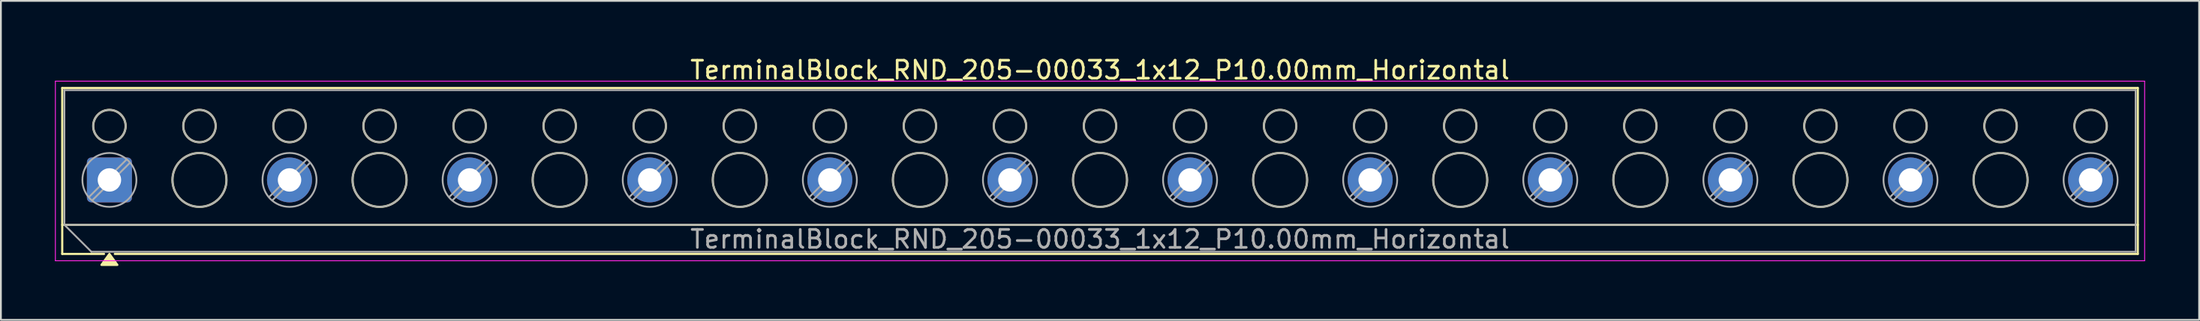
<source format=kicad_pcb>
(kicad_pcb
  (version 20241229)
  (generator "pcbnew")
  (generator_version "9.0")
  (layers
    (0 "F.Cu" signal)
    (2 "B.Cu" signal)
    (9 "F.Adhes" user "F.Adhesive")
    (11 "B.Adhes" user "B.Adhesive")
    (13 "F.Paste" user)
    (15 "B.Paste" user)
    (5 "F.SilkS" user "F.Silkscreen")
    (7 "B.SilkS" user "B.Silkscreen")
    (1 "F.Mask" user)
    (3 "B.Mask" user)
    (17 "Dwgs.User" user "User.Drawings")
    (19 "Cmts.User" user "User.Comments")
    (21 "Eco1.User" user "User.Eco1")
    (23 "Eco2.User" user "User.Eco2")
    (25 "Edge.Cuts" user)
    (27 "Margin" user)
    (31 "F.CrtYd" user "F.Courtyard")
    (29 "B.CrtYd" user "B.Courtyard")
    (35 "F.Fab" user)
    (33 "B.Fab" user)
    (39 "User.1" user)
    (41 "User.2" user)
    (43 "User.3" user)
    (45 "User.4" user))
  (footprint "TerminalBlock_RND_205-00033_1x12_P10.00mm_Horizontal"
    (layer "F.Cu")
    (at 3.025 6.968)
    (property "Reference" "TerminalBlock_RND_205-00033_1x12_P10.00mm_Horizontal" (at 55 -6.12 0) (layer "F.SilkS") (effects (font (size 1 1) (thickness 0.15))))
    (attr through_hole)
    (fp_line (start -2.62 -5.12) (end -2.62 4.12) (stroke (width 0.12) (type solid)) (layer "F.SilkS"))
    (fp_line (start -2.62 -5.12) (end 112.62 -5.12) (stroke (width 0.12) (type solid)) (layer "F.SilkS"))
    (fp_line (start -2.62 2.5) (end 112.62 2.5) (stroke (width 0.12) (type solid)) (layer "F.SilkS"))
    (fp_line (start -2.62 4.12) (end -0.3 4.12) (stroke (width 0.12) (type solid)) (layer "F.SilkS"))
    (fp_line (start 0.3 4.12) (end 112.62 4.12) (stroke (width 0.12) (type solid)) (layer "F.SilkS"))
    (fp_line (start 112.62 -5.12) (end 112.62 4.12) (stroke (width 0.12) (type solid)) (layer "F.SilkS"))
    (fp_circle (center 0 -3) (end 0.9 -3) (stroke (width 0.12) (type solid)) (fill no) (layer "F.SilkS"))
    (fp_circle (center 5 -3) (end 5.9 -3) (stroke (width 0.12) (type solid)) (fill no) (layer "F.SilkS"))
    (fp_circle (center 5 0) (end 6.5 0) (stroke (width 0.12) (type solid)) (fill no) (layer "F.SilkS"))
    (fp_circle (center 10 -3) (end 10.9 -3) (stroke (width 0.12) (type solid)) (fill no) (layer "F.SilkS"))
    (fp_circle (center 15 -3) (end 15.9 -3) (stroke (width 0.12) (type solid)) (fill no) (layer "F.SilkS"))
    (fp_circle (center 15 0) (end 16.5 0) (stroke (width 0.12) (type solid)) (fill no) (layer "F.SilkS"))
    (fp_circle (center 20 -3) (end 20.9 -3) (stroke (width 0.12) (type solid)) (fill no) (layer "F.SilkS"))
    (fp_circle (center 25 -3) (end 25.9 -3) (stroke (width 0.12) (type solid)) (fill no) (layer "F.SilkS"))
    (fp_circle (center 25 0) (end 26.5 0) (stroke (width 0.12) (type solid)) (fill no) (layer "F.SilkS"))
    (fp_circle (center 30 -3) (end 30.9 -3) (stroke (width 0.12) (type solid)) (fill no) (layer "F.SilkS"))
    (fp_circle (center 35 -3) (end 35.9 -3) (stroke (width 0.12) (type solid)) (fill no) (layer "F.SilkS"))
    (fp_circle (center 35 0) (end 36.5 0) (stroke (width 0.12) (type solid)) (fill no) (layer "F.SilkS"))
    (fp_circle (center 40 -3) (end 40.9 -3) (stroke (width 0.12) (type solid)) (fill no) (layer "F.SilkS"))
    (fp_circle (center 45 -3) (end 45.9 -3) (stroke (width 0.12) (type solid)) (fill no) (layer "F.SilkS"))
    (fp_circle (center 45 0) (end 46.5 0) (stroke (width 0.12) (type solid)) (fill no) (layer "F.SilkS"))
    (fp_circle (center 50 -3) (end 50.9 -3) (stroke (width 0.12) (type solid)) (fill no) (layer "F.SilkS"))
    (fp_circle (center 55 -3) (end 55.9 -3) (stroke (width 0.12) (type solid)) (fill no) (layer "F.SilkS"))
    (fp_circle (center 55 0) (end 56.5 0) (stroke (width 0.12) (type solid)) (fill no) (layer "F.SilkS"))
    (fp_circle (center 60 -3) (end 60.9 -3) (stroke (width 0.12) (type solid)) (fill no) (layer "F.SilkS"))
    (fp_circle (center 65 -3) (end 65.9 -3) (stroke (width 0.12) (type solid)) (fill no) (layer "F.SilkS"))
    (fp_circle (center 65 0) (end 66.5 0) (stroke (width 0.12) (type solid)) (fill no) (layer "F.SilkS"))
    (fp_circle (center 70 -3) (end 70.9 -3) (stroke (width 0.12) (type solid)) (fill no) (layer "F.SilkS"))
    (fp_circle (center 75 -3) (end 75.9 -3) (stroke (width 0.12) (type solid)) (fill no) (layer "F.SilkS"))
    (fp_circle (center 75 0) (end 76.5 0) (stroke (width 0.12) (type solid)) (fill no) (layer "F.SilkS"))
    (fp_circle (center 80 -3) (end 80.9 -3) (stroke (width 0.12) (type solid)) (fill no) (layer "F.SilkS"))
    (fp_circle (center 85 -3) (end 85.9 -3) (stroke (width 0.12) (type solid)) (fill no) (layer "F.SilkS"))
    (fp_circle (center 85 0) (end 86.5 0) (stroke (width 0.12) (type solid)) (fill no) (layer "F.SilkS"))
    (fp_circle (center 90 -3) (end 90.9 -3) (stroke (width 0.12) (type solid)) (fill no) (layer "F.SilkS"))
    (fp_circle (center 95 -3) (end 95.9 -3) (stroke (width 0.12) (type solid)) (fill no) (layer "F.SilkS"))
    (fp_circle (center 95 0) (end 96.5 0) (stroke (width 0.12) (type solid)) (fill no) (layer "F.SilkS"))
    (fp_circle (center 100 -3) (end 100.9 -3) (stroke (width 0.12) (type solid)) (fill no) (layer "F.SilkS"))
    (fp_circle (center 105 -3) (end 105.9 -3) (stroke (width 0.12) (type solid)) (fill no) (layer "F.SilkS"))
    (fp_circle (center 105 0) (end 106.5 0) (stroke (width 0.12) (type solid)) (fill no) (layer "F.SilkS"))
    (fp_circle (center 110 -3) (end 110.9 -3) (stroke (width 0.12) (type solid)) (fill no) (layer "F.SilkS"))
    (fp_poly (pts (xy 0 4.12) (xy 0.44 4.73) (xy -0.44 4.73)) (stroke (width 0.12) (type solid)) (fill yes) (layer "F.SilkS"))
    (fp_line (start -3 -5.5) (end -3 4.5) (stroke (width 0.05) (type solid)) (layer "F.CrtYd"))
    (fp_line (start -3 4.5) (end 113 4.5) (stroke (width 0.05) (type solid)) (layer "F.CrtYd"))
    (fp_line (start 113 -5.5) (end -3 -5.5) (stroke (width 0.05) (type solid)) (layer "F.CrtYd"))
    (fp_line (start 113 4.5) (end 113 -5.5) (stroke (width 0.05) (type solid)) (layer "F.CrtYd"))
    (fp_line (start -2.5 -5) (end 112.5 -5) (stroke (width 0.1) (type solid)) (layer "F.Fab"))
    (fp_line (start -2.5 2.5) (end -2.5 -5) (stroke (width 0.1) (type solid)) (layer "F.Fab"))
    (fp_line (start -2.5 2.5) (end 112.5 2.5) (stroke (width 0.1) (type solid)) (layer "F.Fab"))
    (fp_line (start -1 4) (end -2.5 2.5) (stroke (width 0.1) (type solid)) (layer "F.Fab"))
    (fp_line (start 0.955 -1.138) (end -1.138 0.954) (stroke (width 0.1) (type solid)) (layer "F.Fab"))
    (fp_line (start 1.138 -0.954) (end -0.955 1.137) (stroke (width 0.1) (type solid)) (layer "F.Fab"))
    (fp_line (start 10.955 -1.138) (end 8.862 0.954) (stroke (width 0.1) (type solid)) (layer "F.Fab"))
    (fp_line (start 11.138 -0.954) (end 9.045 1.137) (stroke (width 0.1) (type solid)) (layer "F.Fab"))
    (fp_line (start 20.955 -1.138) (end 18.862 0.954) (stroke (width 0.1) (type solid)) (layer "F.Fab"))
    (fp_line (start 21.138 -0.954) (end 19.045 1.137) (stroke (width 0.1) (type solid)) (layer "F.Fab"))
    (fp_line (start 30.955 -1.138) (end 28.862 0.954) (stroke (width 0.1) (type solid)) (layer "F.Fab"))
    (fp_line (start 31.138 -0.954) (end 29.045 1.137) (stroke (width 0.1) (type solid)) (layer "F.Fab"))
    (fp_line (start 40.955 -1.138) (end 38.862 0.954) (stroke (width 0.1) (type solid)) (layer "F.Fab"))
    (fp_line (start 41.138 -0.954) (end 39.045 1.137) (stroke (width 0.1) (type solid)) (layer "F.Fab"))
    (fp_line (start 50.955 -1.138) (end 48.862 0.954) (stroke (width 0.1) (type solid)) (layer "F.Fab"))
    (fp_line (start 51.138 -0.954) (end 49.045 1.137) (stroke (width 0.1) (type solid)) (layer "F.Fab"))
    (fp_line (start 60.955 -1.138) (end 58.862 0.954) (stroke (width 0.1) (type solid)) (layer "F.Fab"))
    (fp_line (start 61.138 -0.954) (end 59.045 1.137) (stroke (width 0.1) (type solid)) (layer "F.Fab"))
    (fp_line (start 70.955 -1.138) (end 68.862 0.954) (stroke (width 0.1) (type solid)) (layer "F.Fab"))
    (fp_line (start 71.138 -0.954) (end 69.045 1.137) (stroke (width 0.1) (type solid)) (layer "F.Fab"))
    (fp_line (start 80.955 -1.138) (end 78.862 0.954) (stroke (width 0.1) (type solid)) (layer "F.Fab"))
    (fp_line (start 81.138 -0.954) (end 79.045 1.137) (stroke (width 0.1) (type solid)) (layer "F.Fab"))
    (fp_line (start 90.955 -1.138) (end 88.862 0.954) (stroke (width 0.1) (type solid)) (layer "F.Fab"))
    (fp_line (start 91.138 -0.954) (end 89.045 1.137) (stroke (width 0.1) (type solid)) (layer "F.Fab"))
    (fp_line (start 100.955 -1.138) (end 98.862 0.954) (stroke (width 0.1) (type solid)) (layer "F.Fab"))
    (fp_line (start 101.138 -0.954) (end 99.045 1.137) (stroke (width 0.1) (type solid)) (layer "F.Fab"))
    (fp_line (start 110.955 -1.138) (end 108.862 0.954) (stroke (width 0.1) (type solid)) (layer "F.Fab"))
    (fp_line (start 111.138 -0.954) (end 109.045 1.137) (stroke (width 0.1) (type solid)) (layer "F.Fab"))
    (fp_line (start 112.5 -5) (end 112.5 4) (stroke (width 0.1) (type solid)) (layer "F.Fab"))
    (fp_line (start 112.5 4) (end -1 4) (stroke (width 0.1) (type solid)) (layer "F.Fab"))
    (fp_circle (center 0 -3) (end 0.9 -3) (stroke (width 0.1) (type solid)) (fill no) (layer "F.Fab"))
    (fp_circle (center 0 0) (end 1.5 0) (stroke (width 0.1) (type solid)) (fill no) (layer "F.Fab"))
    (fp_circle (center 5 -3) (end 5.9 -3) (stroke (width 0.1) (type solid)) (fill no) (layer "F.Fab"))
    (fp_circle (center 5 0) (end 6.5 0) (stroke (width 0.1) (type solid)) (fill no) (layer "F.Fab"))
    (fp_circle (center 10 -3) (end 10.9 -3) (stroke (width 0.1) (type solid)) (fill no) (layer "F.Fab"))
    (fp_circle (center 10 0) (end 11.5 0) (stroke (width 0.1) (type solid)) (fill no) (layer "F.Fab"))
    (fp_circle (center 15 -3) (end 15.9 -3) (stroke (width 0.1) (type solid)) (fill no) (layer "F.Fab"))
    (fp_circle (center 15 0) (end 16.5 0) (stroke (width 0.1) (type solid)) (fill no) (layer "F.Fab"))
    (fp_circle (center 20 -3) (end 20.9 -3) (stroke (width 0.1) (type solid)) (fill no) (layer "F.Fab"))
    (fp_circle (center 20 0) (end 21.5 0) (stroke (width 0.1) (type solid)) (fill no) (layer "F.Fab"))
    (fp_circle (center 25 -3) (end 25.9 -3) (stroke (width 0.1) (type solid)) (fill no) (layer "F.Fab"))
    (fp_circle (center 25 0) (end 26.5 0) (stroke (width 0.1) (type solid)) (fill no) (layer "F.Fab"))
    (fp_circle (center 30 -3) (end 30.9 -3) (stroke (width 0.1) (type solid)) (fill no) (layer "F.Fab"))
    (fp_circle (center 30 0) (end 31.5 0) (stroke (width 0.1) (type solid)) (fill no) (layer "F.Fab"))
    (fp_circle (center 35 -3) (end 35.9 -3) (stroke (width 0.1) (type solid)) (fill no) (layer "F.Fab"))
    (fp_circle (center 35 0) (end 36.5 0) (stroke (width 0.1) (type solid)) (fill no) (layer "F.Fab"))
    (fp_circle (center 40 -3) (end 40.9 -3) (stroke (width 0.1) (type solid)) (fill no) (layer "F.Fab"))
    (fp_circle (center 40 0) (end 41.5 0) (stroke (width 0.1) (type solid)) (fill no) (layer "F.Fab"))
    (fp_circle (center 45 -3) (end 45.9 -3) (stroke (width 0.1) (type solid)) (fill no) (layer "F.Fab"))
    (fp_circle (center 45 0) (end 46.5 0) (stroke (width 0.1) (type solid)) (fill no) (layer "F.Fab"))
    (fp_circle (center 50 -3) (end 50.9 -3) (stroke (width 0.1) (type solid)) (fill no) (layer "F.Fab"))
    (fp_circle (center 50 0) (end 51.5 0) (stroke (width 0.1) (type solid)) (fill no) (layer "F.Fab"))
    (fp_circle (center 55 -3) (end 55.9 -3) (stroke (width 0.1) (type solid)) (fill no) (layer "F.Fab"))
    (fp_circle (center 55 0) (end 56.5 0) (stroke (width 0.1) (type solid)) (fill no) (layer "F.Fab"))
    (fp_circle (center 60 -3) (end 60.9 -3) (stroke (width 0.1) (type solid)) (fill no) (layer "F.Fab"))
    (fp_circle (center 60 0) (end 61.5 0) (stroke (width 0.1) (type solid)) (fill no) (layer "F.Fab"))
    (fp_circle (center 65 -3) (end 65.9 -3) (stroke (width 0.1) (type solid)) (fill no) (layer "F.Fab"))
    (fp_circle (center 65 0) (end 66.5 0) (stroke (width 0.1) (type solid)) (fill no) (layer "F.Fab"))
    (fp_circle (center 70 -3) (end 70.9 -3) (stroke (width 0.1) (type solid)) (fill no) (layer "F.Fab"))
    (fp_circle (center 70 0) (end 71.5 0) (stroke (width 0.1) (type solid)) (fill no) (layer "F.Fab"))
    (fp_circle (center 75 -3) (end 75.9 -3) (stroke (width 0.1) (type solid)) (fill no) (layer "F.Fab"))
    (fp_circle (center 75 0) (end 76.5 0) (stroke (width 0.1) (type solid)) (fill no) (layer "F.Fab"))
    (fp_circle (center 80 -3) (end 80.9 -3) (stroke (width 0.1) (type solid)) (fill no) (layer "F.Fab"))
    (fp_circle (center 80 0) (end 81.5 0) (stroke (width 0.1) (type solid)) (fill no) (layer "F.Fab"))
    (fp_circle (center 85 -3) (end 85.9 -3) (stroke (width 0.1) (type solid)) (fill no) (layer "F.Fab"))
    (fp_circle (center 85 0) (end 86.5 0) (stroke (width 0.1) (type solid)) (fill no) (layer "F.Fab"))
    (fp_circle (center 90 -3) (end 90.9 -3) (stroke (width 0.1) (type solid)) (fill no) (layer "F.Fab"))
    (fp_circle (center 90 0) (end 91.5 0) (stroke (width 0.1) (type solid)) (fill no) (layer "F.Fab"))
    (fp_circle (center 95 -3) (end 95.9 -3) (stroke (width 0.1) (type solid)) (fill no) (layer "F.Fab"))
    (fp_circle (center 95 0) (end 96.5 0) (stroke (width 0.1) (type solid)) (fill no) (layer "F.Fab"))
    (fp_circle (center 100 -3) (end 100.9 -3) (stroke (width 0.1) (type solid)) (fill no) (layer "F.Fab"))
    (fp_circle (center 100 0) (end 101.5 0) (stroke (width 0.1) (type solid)) (fill no) (layer "F.Fab"))
    (fp_circle (center 105 -3) (end 105.9 -3) (stroke (width 0.1) (type solid)) (fill no) (layer "F.Fab"))
    (fp_circle (center 105 0) (end 106.5 0) (stroke (width 0.1) (type solid)) (fill no) (layer "F.Fab"))
    (fp_circle (center 110 -3) (end 110.9 -3) (stroke (width 0.1) (type solid)) (fill no) (layer "F.Fab"))
    (fp_circle (center 110 0) (end 111.5 0) (stroke (width 0.1) (type solid)) (fill no) (layer "F.Fab"))
    (fp_text user "${REFERENCE}" (at 55 3.3 0) (layer "F.Fab") (effects (font (size 1 1) (thickness 0.15))))
    (pad "1" thru_hole roundrect (at 0 0) (size 2.5 2.5) (drill 1.3) (layers "*.Cu" "*.Mask") (roundrect_rratio 0.1))
    (pad "2" thru_hole circle (at 10 0) (size 2.5 2.5) (drill 1.3) (layers "*.Cu" "*.Mask"))
    (pad "3" thru_hole circle (at 20 0) (size 2.5 2.5) (drill 1.3) (layers "*.Cu" "*.Mask"))
    (pad "4" thru_hole circle (at 30 0) (size 2.5 2.5) (drill 1.3) (layers "*.Cu" "*.Mask"))
    (pad "5" thru_hole circle (at 40 0) (size 2.5 2.5) (drill 1.3) (layers "*.Cu" "*.Mask"))
    (pad "6" thru_hole circle (at 50 0) (size 2.5 2.5) (drill 1.3) (layers "*.Cu" "*.Mask"))
    (pad "7" thru_hole circle (at 60 0) (size 2.5 2.5) (drill 1.3) (layers "*.Cu" "*.Mask"))
    (pad "8" thru_hole circle (at 70 0) (size 2.5 2.5) (drill 1.3) (layers "*.Cu" "*.Mask"))
    (pad "9" thru_hole circle (at 80 0) (size 2.5 2.5) (drill 1.3) (layers "*.Cu" "*.Mask"))
    (pad "10" thru_hole circle (at 90 0) (size 2.5 2.5) (drill 1.3) (layers "*.Cu" "*.Mask"))
    (pad "11" thru_hole circle (at 100 0) (size 2.5 2.5) (drill 1.3) (layers "*.Cu" "*.Mask"))
    (pad "12" thru_hole circle (at 110 0) (size 2.5 2.5) (drill 1.3) (layers "*.Cu" "*.Mask")))
  (gr_rect
    (start -3 -3)
    (end 119.05 14.758)
    (stroke (width 0.1) (type default))
    (fill no)
    (layer "Edge.Cuts")))
</source>
